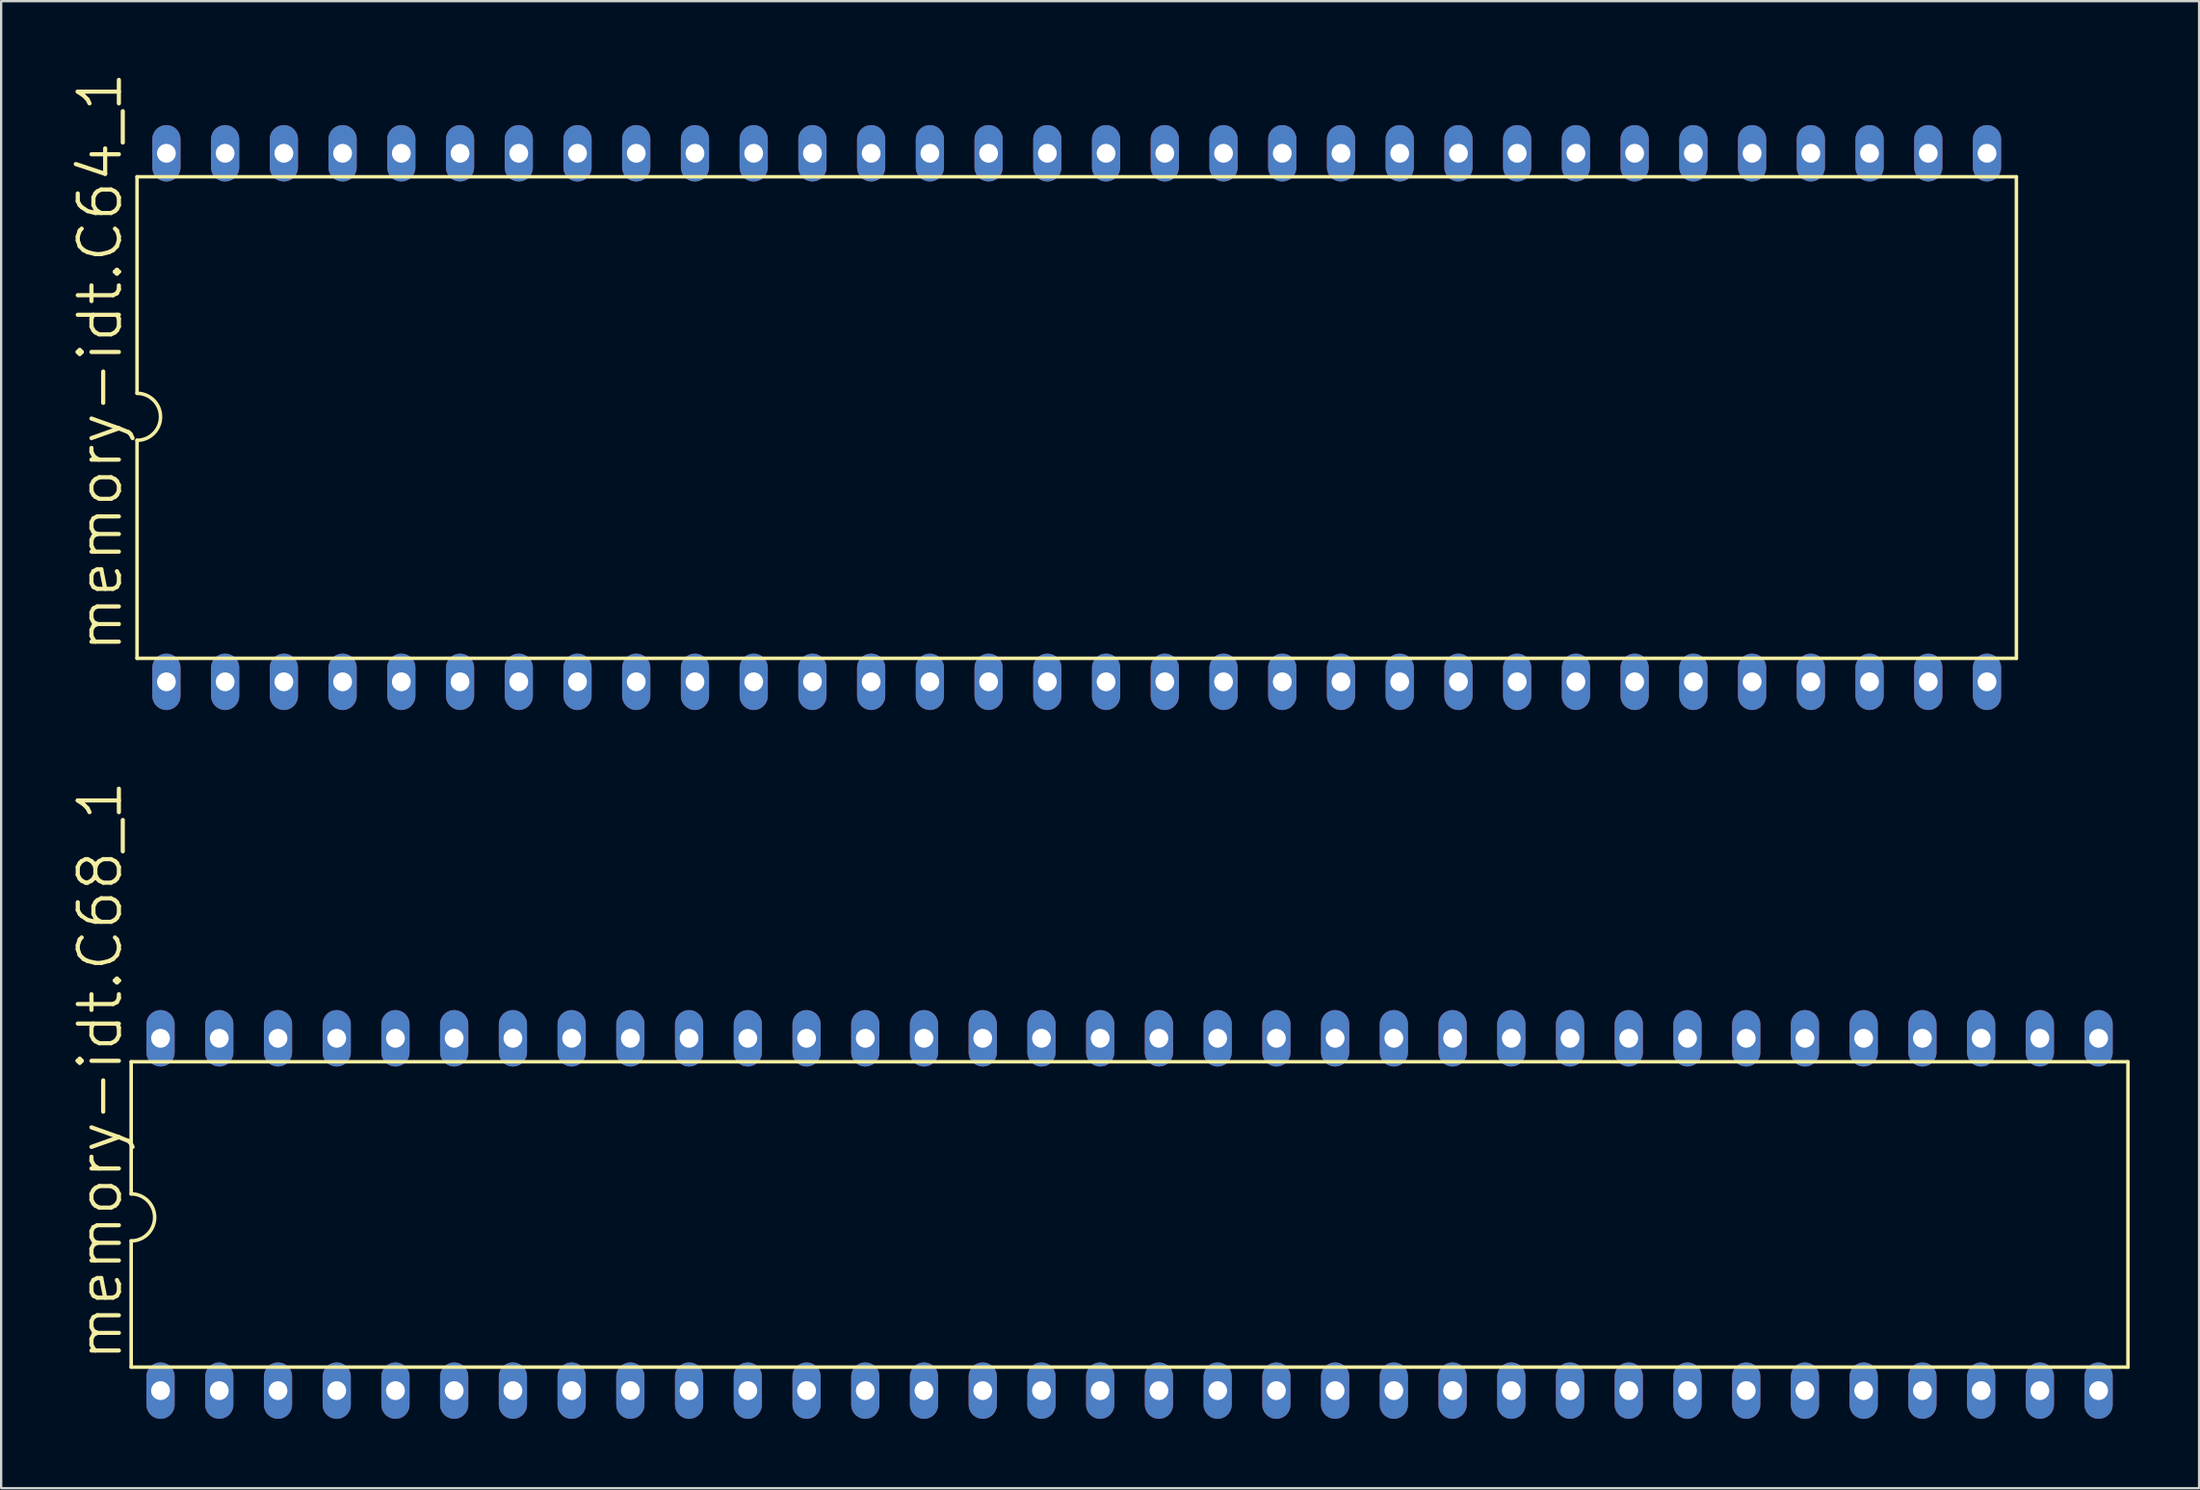
<source format=kicad_pcb>
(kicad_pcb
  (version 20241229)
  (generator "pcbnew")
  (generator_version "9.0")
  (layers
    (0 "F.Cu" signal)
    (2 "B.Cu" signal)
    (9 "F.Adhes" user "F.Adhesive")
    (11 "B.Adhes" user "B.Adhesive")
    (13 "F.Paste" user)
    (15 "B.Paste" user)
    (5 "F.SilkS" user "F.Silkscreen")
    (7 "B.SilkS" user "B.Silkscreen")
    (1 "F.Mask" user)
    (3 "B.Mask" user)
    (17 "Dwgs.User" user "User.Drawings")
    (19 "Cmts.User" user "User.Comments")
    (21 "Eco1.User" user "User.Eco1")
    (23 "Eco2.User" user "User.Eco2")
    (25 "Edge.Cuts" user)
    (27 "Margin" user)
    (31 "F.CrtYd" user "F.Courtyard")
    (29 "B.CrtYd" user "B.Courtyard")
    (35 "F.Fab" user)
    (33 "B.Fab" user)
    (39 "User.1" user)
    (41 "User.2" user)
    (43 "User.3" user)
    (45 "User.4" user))
  (footprint "memory-idt.C64_1"
    (layer "F.Cu")
    (at 43.517 15.01)
    (property "Reference" "memory-idt.C64_1" (at -41.199 10.236 90) (layer "F.SilkS") (effects (font (size 1.778 1.778) (thickness 0.18)) (justify left bottom)))
    (attr through_hole)
    (fp_line (start -40.64 -10.414) (end -40.64 -1.048) (stroke (width 0.152) (type default)) (layer "F.SilkS"))
    (fp_line (start -40.64 10.414) (end -40.64 0.984) (stroke (width 0.152) (type default)) (layer "F.SilkS"))
    (fp_line (start -40.64 10.414) (end 40.64 10.414) (stroke (width 0.152) (type default)) (layer "F.SilkS"))
    (fp_line (start 40.64 -10.414) (end -40.64 -10.414) (stroke (width 0.152) (type default)) (layer "F.SilkS"))
    (fp_line (start 40.64 -10.414) (end 40.64 10.414) (stroke (width 0.152) (type default)) (layer "F.SilkS"))
    (fp_arc (start -40.64 -1.048) (mid -39.624 -0.032) (end -40.64 0.984) (stroke (width 0.1524) (type default)) (layer "F.SilkS"))
    (pad "1" thru_hole oval (at -39.37 11.43 90) (size 2.438 1.219) (drill 0.813) (layers "*.Cu" "*.Mask"))
    (pad "2" thru_hole oval (at -36.83 11.43 90) (size 2.438 1.219) (drill 0.813) (layers "*.Cu" "*.Mask"))
    (pad "3" thru_hole oval (at -34.29 11.43 90) (size 2.438 1.219) (drill 0.813) (layers "*.Cu" "*.Mask"))
    (pad "4" thru_hole oval (at -31.75 11.43 90) (size 2.438 1.219) (drill 0.813) (layers "*.Cu" "*.Mask"))
    (pad "5" thru_hole oval (at -29.21 11.43 90) (size 2.438 1.219) (drill 0.813) (layers "*.Cu" "*.Mask"))
    (pad "6" thru_hole oval (at -26.67 11.43 90) (size 2.438 1.219) (drill 0.813) (layers "*.Cu" "*.Mask"))
    (pad "7" thru_hole oval (at -24.13 11.43 90) (size 2.438 1.219) (drill 0.813) (layers "*.Cu" "*.Mask"))
    (pad "8" thru_hole oval (at -21.59 11.43 90) (size 2.438 1.219) (drill 0.813) (layers "*.Cu" "*.Mask"))
    (pad "9" thru_hole oval (at -19.05 11.43 90) (size 2.438 1.219) (drill 0.813) (layers "*.Cu" "*.Mask"))
    (pad "10" thru_hole oval (at -16.51 11.43 90) (size 2.438 1.219) (drill 0.813) (layers "*.Cu" "*.Mask"))
    (pad "11" thru_hole oval (at -13.97 11.43 90) (size 2.438 1.219) (drill 0.813) (layers "*.Cu" "*.Mask"))
    (pad "12" thru_hole oval (at -11.43 11.43 90) (size 2.438 1.219) (drill 0.813) (layers "*.Cu" "*.Mask"))
    (pad "13" thru_hole oval (at -8.89 11.43 90) (size 2.438 1.219) (drill 0.813) (layers "*.Cu" "*.Mask"))
    (pad "14" thru_hole oval (at -6.35 11.43 90) (size 2.438 1.219) (drill 0.813) (layers "*.Cu" "*.Mask"))
    (pad "15" thru_hole oval (at -3.81 11.43 90) (size 2.438 1.219) (drill 0.813) (layers "*.Cu" "*.Mask"))
    (pad "16" thru_hole oval (at -1.27 11.43 90) (size 2.438 1.219) (drill 0.813) (layers "*.Cu" "*.Mask"))
    (pad "17" thru_hole oval (at 1.27 11.43 90) (size 2.438 1.219) (drill 0.813) (layers "*.Cu" "*.Mask"))
    (pad "18" thru_hole oval (at 3.81 11.43 90) (size 2.438 1.219) (drill 0.813) (layers "*.Cu" "*.Mask"))
    (pad "19" thru_hole oval (at 6.35 11.43 90) (size 2.438 1.219) (drill 0.813) (layers "*.Cu" "*.Mask"))
    (pad "20" thru_hole oval (at 8.89 11.43 90) (size 2.438 1.219) (drill 0.813) (layers "*.Cu" "*.Mask"))
    (pad "21" thru_hole oval (at 11.43 11.43 90) (size 2.438 1.219) (drill 0.813) (layers "*.Cu" "*.Mask"))
    (pad "22" thru_hole oval (at 13.97 11.43 90) (size 2.438 1.219) (drill 0.813) (layers "*.Cu" "*.Mask"))
    (pad "23" thru_hole oval (at 16.51 11.43 90) (size 2.438 1.219) (drill 0.813) (layers "*.Cu" "*.Mask"))
    (pad "24" thru_hole oval (at 19.05 11.43 90) (size 2.438 1.219) (drill 0.813) (layers "*.Cu" "*.Mask"))
    (pad "25" thru_hole oval (at 21.59 11.43 90) (size 2.438 1.219) (drill 0.813) (layers "*.Cu" "*.Mask"))
    (pad "26" thru_hole oval (at 24.13 11.43 90) (size 2.438 1.219) (drill 0.813) (layers "*.Cu" "*.Mask"))
    (pad "27" thru_hole oval (at 26.67 11.43 90) (size 2.438 1.219) (drill 0.813) (layers "*.Cu" "*.Mask"))
    (pad "28" thru_hole oval (at 29.21 11.43 90) (size 2.438 1.219) (drill 0.813) (layers "*.Cu" "*.Mask"))
    (pad "29" thru_hole oval (at 31.75 11.43 90) (size 2.438 1.219) (drill 0.813) (layers "*.Cu" "*.Mask"))
    (pad "30" thru_hole oval (at 34.29 11.43 90) (size 2.438 1.219) (drill 0.813) (layers "*.Cu" "*.Mask"))
    (pad "31" thru_hole oval (at 36.83 11.43 90) (size 2.438 1.219) (drill 0.813) (layers "*.Cu" "*.Mask"))
    (pad "32" thru_hole oval (at 39.37 11.43 90) (size 2.438 1.219) (drill 0.813) (layers "*.Cu" "*.Mask"))
    (pad "33" thru_hole oval (at 39.37 -11.43 90) (size 2.438 1.219) (drill 0.813) (layers "*.Cu" "*.Mask"))
    (pad "34" thru_hole oval (at 36.83 -11.43 90) (size 2.438 1.219) (drill 0.813) (layers "*.Cu" "*.Mask"))
    (pad "35" thru_hole oval (at 34.29 -11.43 90) (size 2.438 1.219) (drill 0.813) (layers "*.Cu" "*.Mask"))
    (pad "36" thru_hole oval (at 31.75 -11.43 90) (size 2.438 1.219) (drill 0.813) (layers "*.Cu" "*.Mask"))
    (pad "37" thru_hole oval (at 29.21 -11.43 90) (size 2.438 1.219) (drill 0.813) (layers "*.Cu" "*.Mask"))
    (pad "38" thru_hole oval (at 26.67 -11.43 90) (size 2.438 1.219) (drill 0.813) (layers "*.Cu" "*.Mask"))
    (pad "39" thru_hole oval (at 24.13 -11.43 90) (size 2.438 1.219) (drill 0.813) (layers "*.Cu" "*.Mask"))
    (pad "40" thru_hole oval (at 21.59 -11.43 90) (size 2.438 1.219) (drill 0.813) (layers "*.Cu" "*.Mask"))
    (pad "41" thru_hole oval (at 19.05 -11.43 90) (size 2.438 1.219) (drill 0.813) (layers "*.Cu" "*.Mask"))
    (pad "42" thru_hole oval (at 16.51 -11.43 90) (size 2.438 1.219) (drill 0.813) (layers "*.Cu" "*.Mask"))
    (pad "43" thru_hole oval (at 13.97 -11.43 90) (size 2.438 1.219) (drill 0.813) (layers "*.Cu" "*.Mask"))
    (pad "44" thru_hole oval (at 11.43 -11.43 90) (size 2.438 1.219) (drill 0.813) (layers "*.Cu" "*.Mask"))
    (pad "45" thru_hole oval (at 8.89 -11.43 90) (size 2.438 1.219) (drill 0.813) (layers "*.Cu" "*.Mask"))
    (pad "46" thru_hole oval (at 6.35 -11.43 90) (size 2.438 1.219) (drill 0.813) (layers "*.Cu" "*.Mask"))
    (pad "47" thru_hole oval (at 3.81 -11.43 90) (size 2.438 1.219) (drill 0.813) (layers "*.Cu" "*.Mask"))
    (pad "48" thru_hole oval (at 1.27 -11.43 90) (size 2.438 1.219) (drill 0.813) (layers "*.Cu" "*.Mask"))
    (pad "49" thru_hole oval (at -1.27 -11.43 90) (size 2.438 1.219) (drill 0.813) (layers "*.Cu" "*.Mask"))
    (pad "50" thru_hole oval (at -3.81 -11.43 90) (size 2.438 1.219) (drill 0.813) (layers "*.Cu" "*.Mask"))
    (pad "51" thru_hole oval (at -6.35 -11.43 90) (size 2.438 1.219) (drill 0.813) (layers "*.Cu" "*.Mask"))
    (pad "52" thru_hole oval (at -8.89 -11.43 90) (size 2.438 1.219) (drill 0.813) (layers "*.Cu" "*.Mask"))
    (pad "53" thru_hole oval (at -11.43 -11.43 90) (size 2.438 1.219) (drill 0.813) (layers "*.Cu" "*.Mask"))
    (pad "54" thru_hole oval (at -13.97 -11.43 90) (size 2.438 1.219) (drill 0.813) (layers "*.Cu" "*.Mask"))
    (pad "55" thru_hole oval (at -16.51 -11.43 90) (size 2.438 1.219) (drill 0.813) (layers "*.Cu" "*.Mask"))
    (pad "56" thru_hole oval (at -19.05 -11.43 90) (size 2.438 1.219) (drill 0.813) (layers "*.Cu" "*.Mask"))
    (pad "57" thru_hole oval (at -21.59 -11.43 90) (size 2.438 1.219) (drill 0.813) (layers "*.Cu" "*.Mask"))
    (pad "58" thru_hole oval (at -24.13 -11.43 90) (size 2.438 1.219) (drill 0.813) (layers "*.Cu" "*.Mask"))
    (pad "59" thru_hole oval (at -26.67 -11.43 90) (size 2.438 1.219) (drill 0.813) (layers "*.Cu" "*.Mask"))
    (pad "60" thru_hole oval (at -29.21 -11.43 90) (size 2.438 1.219) (drill 0.813) (layers "*.Cu" "*.Mask"))
    (pad "61" thru_hole oval (at -31.75 -11.43 90) (size 2.438 1.219) (drill 0.813) (layers "*.Cu" "*.Mask"))
    (pad "62" thru_hole oval (at -34.29 -11.43 90) (size 2.438 1.219) (drill 0.813) (layers "*.Cu" "*.Mask"))
    (pad "63" thru_hole oval (at -36.83 -11.43 90) (size 2.438 1.219) (drill 0.813) (layers "*.Cu" "*.Mask"))
    (pad "64" thru_hole oval (at -39.37 -11.43 90) (size 2.438 1.219) (drill 0.813) (layers "*.Cu" "*.Mask")))
  (footprint "memory-idt.C68_1"
    (layer "F.Cu")
    (at 45.803 49.478)
    (property "Reference" "memory-idt.C68_1" (at -43.485 6.426 90) (layer "F.SilkS") (effects (font (size 1.778 1.778) (thickness 0.18)) (justify left bottom)))
    (attr through_hole)
    (fp_line (start -43.18 -6.604) (end -43.18 -0.889) (stroke (width 0.152) (type default)) (layer "F.SilkS"))
    (fp_line (start -43.18 6.604) (end -43.18 1.143) (stroke (width 0.152) (type default)) (layer "F.SilkS"))
    (fp_line (start -43.18 6.604) (end 43.18 6.604) (stroke (width 0.152) (type default)) (layer "F.SilkS"))
    (fp_line (start 43.18 -6.604) (end -43.18 -6.604) (stroke (width 0.152) (type default)) (layer "F.SilkS"))
    (fp_line (start 43.18 -6.604) (end 43.18 6.604) (stroke (width 0.152) (type default)) (layer "F.SilkS"))
    (fp_arc (start -43.18 -0.889) (mid -42.164 0.127) (end -43.18 1.143) (stroke (width 0.1524) (type default)) (layer "F.SilkS"))
    (pad "1" thru_hole oval (at -41.91 7.62 90) (size 2.438 1.219) (drill 0.813) (layers "*.Cu" "*.Mask"))
    (pad "2" thru_hole oval (at -39.37 7.62 90) (size 2.438 1.219) (drill 0.813) (layers "*.Cu" "*.Mask"))
    (pad "3" thru_hole oval (at -36.83 7.62 90) (size 2.438 1.219) (drill 0.813) (layers "*.Cu" "*.Mask"))
    (pad "4" thru_hole oval (at -34.29 7.62 90) (size 2.438 1.219) (drill 0.813) (layers "*.Cu" "*.Mask"))
    (pad "5" thru_hole oval (at -31.75 7.62 90) (size 2.438 1.219) (drill 0.813) (layers "*.Cu" "*.Mask"))
    (pad "6" thru_hole oval (at -29.21 7.62 90) (size 2.438 1.219) (drill 0.813) (layers "*.Cu" "*.Mask"))
    (pad "7" thru_hole oval (at -26.67 7.62 90) (size 2.438 1.219) (drill 0.813) (layers "*.Cu" "*.Mask"))
    (pad "8" thru_hole oval (at -24.13 7.62 90) (size 2.438 1.219) (drill 0.813) (layers "*.Cu" "*.Mask"))
    (pad "9" thru_hole oval (at -21.59 7.62 90) (size 2.438 1.219) (drill 0.813) (layers "*.Cu" "*.Mask"))
    (pad "10" thru_hole oval (at -19.05 7.62 90) (size 2.438 1.219) (drill 0.813) (layers "*.Cu" "*.Mask"))
    (pad "11" thru_hole oval (at -16.51 7.62 90) (size 2.438 1.219) (drill 0.813) (layers "*.Cu" "*.Mask"))
    (pad "12" thru_hole oval (at -13.97 7.62 90) (size 2.438 1.219) (drill 0.813) (layers "*.Cu" "*.Mask"))
    (pad "13" thru_hole oval (at -11.43 7.62 90) (size 2.438 1.219) (drill 0.813) (layers "*.Cu" "*.Mask"))
    (pad "14" thru_hole oval (at -8.89 7.62 90) (size 2.438 1.219) (drill 0.813) (layers "*.Cu" "*.Mask"))
    (pad "15" thru_hole oval (at -6.35 7.62 90) (size 2.438 1.219) (drill 0.813) (layers "*.Cu" "*.Mask"))
    (pad "16" thru_hole oval (at -3.81 7.62 90) (size 2.438 1.219) (drill 0.813) (layers "*.Cu" "*.Mask"))
    (pad "17" thru_hole oval (at -1.27 7.62 90) (size 2.438 1.219) (drill 0.813) (layers "*.Cu" "*.Mask"))
    (pad "18" thru_hole oval (at 1.27 7.62 90) (size 2.438 1.219) (drill 0.813) (layers "*.Cu" "*.Mask"))
    (pad "19" thru_hole oval (at 3.81 7.62 90) (size 2.438 1.219) (drill 0.813) (layers "*.Cu" "*.Mask"))
    (pad "20" thru_hole oval (at 6.35 7.62 90) (size 2.438 1.219) (drill 0.813) (layers "*.Cu" "*.Mask"))
    (pad "21" thru_hole oval (at 8.89 7.62 90) (size 2.438 1.219) (drill 0.813) (layers "*.Cu" "*.Mask"))
    (pad "22" thru_hole oval (at 11.43 7.62 90) (size 2.438 1.219) (drill 0.813) (layers "*.Cu" "*.Mask"))
    (pad "23" thru_hole oval (at 13.97 7.62 90) (size 2.438 1.219) (drill 0.813) (layers "*.Cu" "*.Mask"))
    (pad "24" thru_hole oval (at 16.51 7.62 90) (size 2.438 1.219) (drill 0.813) (layers "*.Cu" "*.Mask"))
    (pad "25" thru_hole oval (at 19.05 7.62 90) (size 2.438 1.219) (drill 0.813) (layers "*.Cu" "*.Mask"))
    (pad "26" thru_hole oval (at 21.59 7.62 90) (size 2.438 1.219) (drill 0.813) (layers "*.Cu" "*.Mask"))
    (pad "27" thru_hole oval (at 24.13 7.62 90) (size 2.438 1.219) (drill 0.813) (layers "*.Cu" "*.Mask"))
    (pad "28" thru_hole oval (at 26.67 7.62 90) (size 2.438 1.219) (drill 0.813) (layers "*.Cu" "*.Mask"))
    (pad "29" thru_hole oval (at 29.21 7.62 90) (size 2.438 1.219) (drill 0.813) (layers "*.Cu" "*.Mask"))
    (pad "30" thru_hole oval (at 31.75 7.62 90) (size 2.438 1.219) (drill 0.813) (layers "*.Cu" "*.Mask"))
    (pad "31" thru_hole oval (at 34.29 7.62 90) (size 2.438 1.219) (drill 0.813) (layers "*.Cu" "*.Mask"))
    (pad "32" thru_hole oval (at 36.83 7.62 90) (size 2.438 1.219) (drill 0.813) (layers "*.Cu" "*.Mask"))
    (pad "33" thru_hole oval (at 39.37 7.62 90) (size 2.438 1.219) (drill 0.813) (layers "*.Cu" "*.Mask"))
    (pad "34" thru_hole oval (at 41.91 7.62 90) (size 2.438 1.219) (drill 0.813) (layers "*.Cu" "*.Mask"))
    (pad "35" thru_hole oval (at 41.91 -7.62 90) (size 2.438 1.219) (drill 0.813) (layers "*.Cu" "*.Mask"))
    (pad "36" thru_hole oval (at 39.37 -7.62 90) (size 2.438 1.219) (drill 0.813) (layers "*.Cu" "*.Mask"))
    (pad "37" thru_hole oval (at 36.83 -7.62 90) (size 2.438 1.219) (drill 0.813) (layers "*.Cu" "*.Mask"))
    (pad "38" thru_hole oval (at 34.29 -7.62 90) (size 2.438 1.219) (drill 0.813) (layers "*.Cu" "*.Mask"))
    (pad "39" thru_hole oval (at 31.75 -7.62 90) (size 2.438 1.219) (drill 0.813) (layers "*.Cu" "*.Mask"))
    (pad "40" thru_hole oval (at 29.21 -7.62 90) (size 2.438 1.219) (drill 0.813) (layers "*.Cu" "*.Mask"))
    (pad "41" thru_hole oval (at 26.67 -7.62 90) (size 2.438 1.219) (drill 0.813) (layers "*.Cu" "*.Mask"))
    (pad "42" thru_hole oval (at 24.13 -7.62 90) (size 2.438 1.219) (drill 0.813) (layers "*.Cu" "*.Mask"))
    (pad "43" thru_hole oval (at 21.59 -7.62 90) (size 2.438 1.219) (drill 0.813) (layers "*.Cu" "*.Mask"))
    (pad "44" thru_hole oval (at 19.05 -7.62 90) (size 2.438 1.219) (drill 0.813) (layers "*.Cu" "*.Mask"))
    (pad "45" thru_hole oval (at 16.51 -7.62 90) (size 2.438 1.219) (drill 0.813) (layers "*.Cu" "*.Mask"))
    (pad "46" thru_hole oval (at 13.97 -7.62 90) (size 2.438 1.219) (drill 0.813) (layers "*.Cu" "*.Mask"))
    (pad "47" thru_hole oval (at 11.43 -7.62 90) (size 2.438 1.219) (drill 0.813) (layers "*.Cu" "*.Mask"))
    (pad "48" thru_hole oval (at 8.89 -7.62 90) (size 2.438 1.219) (drill 0.813) (layers "*.Cu" "*.Mask"))
    (pad "49" thru_hole oval (at 6.35 -7.62 90) (size 2.438 1.219) (drill 0.813) (layers "*.Cu" "*.Mask"))
    (pad "50" thru_hole oval (at 3.81 -7.62 90) (size 2.438 1.219) (drill 0.813) (layers "*.Cu" "*.Mask"))
    (pad "51" thru_hole oval (at 1.27 -7.62 90) (size 2.438 1.219) (drill 0.813) (layers "*.Cu" "*.Mask"))
    (pad "52" thru_hole oval (at -1.27 -7.62 90) (size 2.438 1.219) (drill 0.813) (layers "*.Cu" "*.Mask"))
    (pad "53" thru_hole oval (at -3.81 -7.62 90) (size 2.438 1.219) (drill 0.813) (layers "*.Cu" "*.Mask"))
    (pad "54" thru_hole oval (at -6.35 -7.62 90) (size 2.438 1.219) (drill 0.813) (layers "*.Cu" "*.Mask"))
    (pad "55" thru_hole oval (at -8.89 -7.62 90) (size 2.438 1.219) (drill 0.813) (layers "*.Cu" "*.Mask"))
    (pad "56" thru_hole oval (at -11.43 -7.62 90) (size 2.438 1.219) (drill 0.813) (layers "*.Cu" "*.Mask"))
    (pad "57" thru_hole oval (at -13.97 -7.62 90) (size 2.438 1.219) (drill 0.813) (layers "*.Cu" "*.Mask"))
    (pad "58" thru_hole oval (at -16.51 -7.62 90) (size 2.438 1.219) (drill 0.813) (layers "*.Cu" "*.Mask"))
    (pad "59" thru_hole oval (at -19.05 -7.62 90) (size 2.438 1.219) (drill 0.813) (layers "*.Cu" "*.Mask"))
    (pad "60" thru_hole oval (at -21.59 -7.62 90) (size 2.438 1.219) (drill 0.813) (layers "*.Cu" "*.Mask"))
    (pad "61" thru_hole oval (at -24.13 -7.62 90) (size 2.438 1.219) (drill 0.813) (layers "*.Cu" "*.Mask"))
    (pad "62" thru_hole oval (at -26.67 -7.62 90) (size 2.438 1.219) (drill 0.813) (layers "*.Cu" "*.Mask"))
    (pad "63" thru_hole oval (at -29.21 -7.62 90) (size 2.438 1.219) (drill 0.813) (layers "*.Cu" "*.Mask"))
    (pad "64" thru_hole oval (at -31.75 -7.62 90) (size 2.438 1.219) (drill 0.813) (layers "*.Cu" "*.Mask"))
    (pad "65" thru_hole oval (at -34.29 -7.62 90) (size 2.438 1.219) (drill 0.813) (layers "*.Cu" "*.Mask"))
    (pad "66" thru_hole oval (at -36.83 -7.62 90) (size 2.438 1.219) (drill 0.813) (layers "*.Cu" "*.Mask"))
    (pad "67" thru_hole oval (at -39.37 -7.62 90) (size 2.438 1.219) (drill 0.813) (layers "*.Cu" "*.Mask"))
    (pad "68" thru_hole oval (at -41.91 -7.62 90) (size 2.438 1.219) (drill 0.813) (layers "*.Cu" "*.Mask")))
  (gr_rect
    (start -3 -3)
    (end 92.059 61.317)
    (stroke (width 0.1) (type default))
    (fill no)
    (layer "Edge.Cuts")))
</source>
